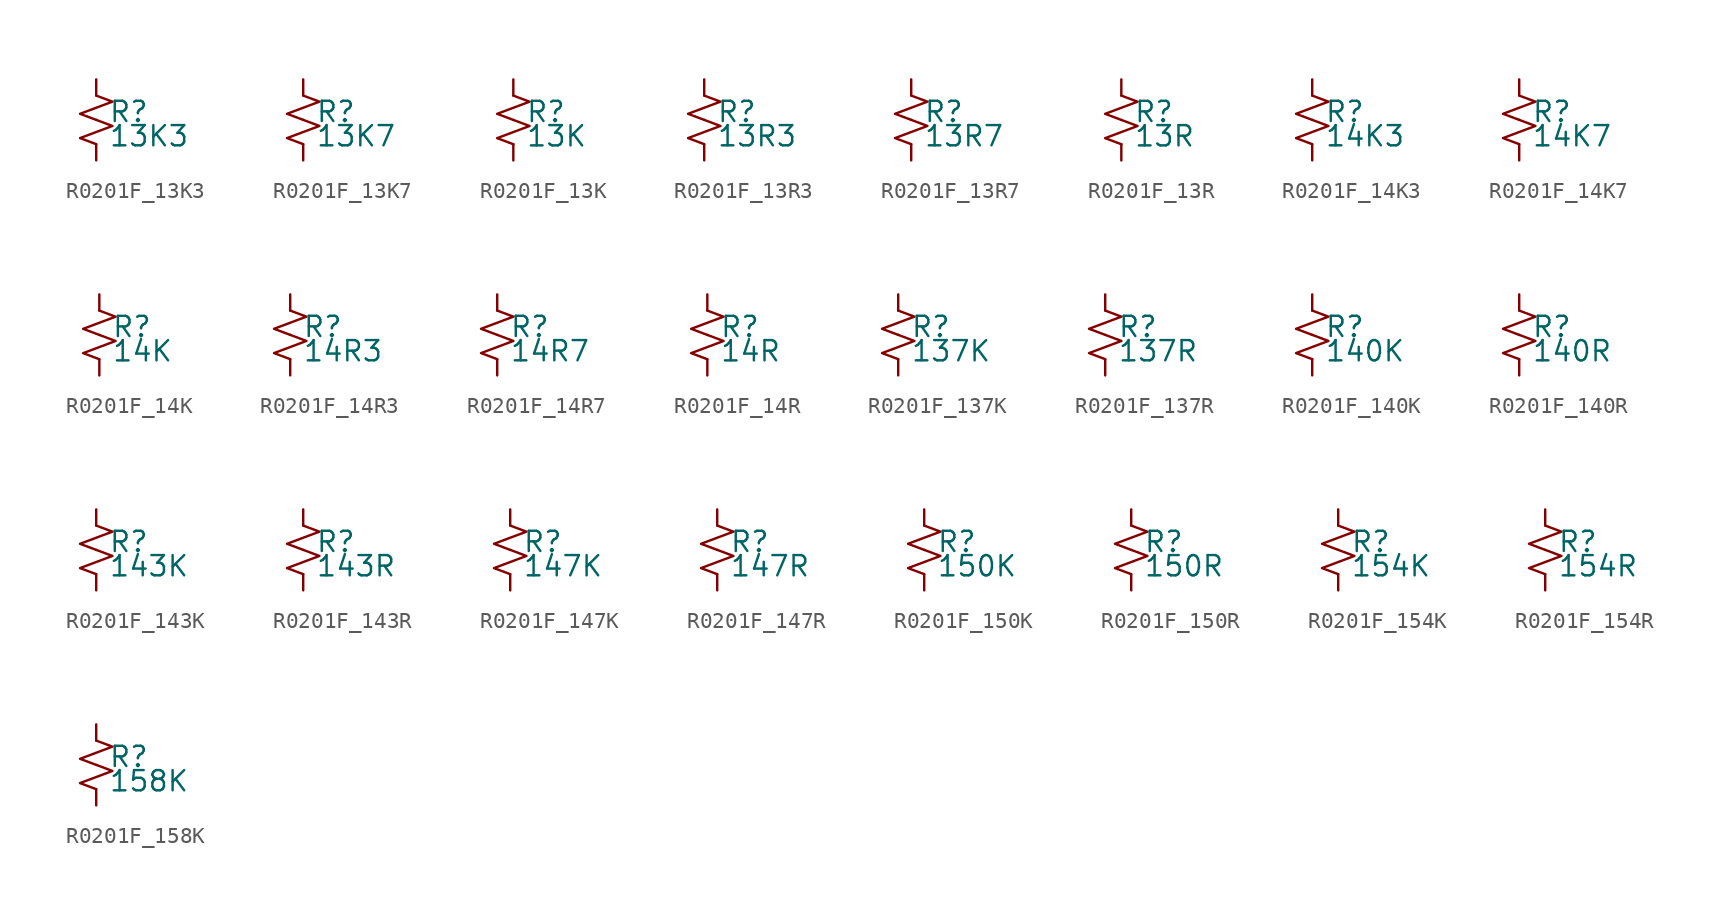
<source format=kicad_sym>
(kicad_symbol_lib
  (version 20220914)
  (generator kicad_symbol_editor)
  (symbol "R0201F_13K3"
    (pin_numbers hide)
    (pin_names
      (offset 0.254) hide)
    (property "Reference" "R"
      (at 0.762 0.508 0)
      (effects (font (size 1.27 1.27)) (justify left)))
    (property "Value" "13K3"
      (at 0.762 -1.016 0)
      (effects (font (size 1.27 1.27)) (justify left)))
    (symbol "R0201F_13K3_1_1"
      (polyline (pts (xy 0 0) (xy 1.016 -0.381) (xy 0 -0.762) (xy -1.016 -1.143) (xy 0 -1.524)) (stroke (width 0) (type default)) (fill (type none)))
      (polyline (pts (xy 0 1.524) (xy 1.016 1.143) (xy 0 0.762) (xy -1.016 0.381) (xy 0 0)) (stroke (width 0) (type default)) (fill (type none)))
      (pin passive line (at 0 2.54 270) (length 1.016) (name "~" (effects (font (size 1.27 1.27)))) (number "1" (effects (font (size 1.27 1.27)))))
      (pin passive line (at 0 -2.54 90) (length 1.016) (name "~" (effects (font (size 1.27 1.27)))) (number "2" (effects (font (size 1.27 1.27)))))))
  (symbol "R0201F_13K7"
    (pin_numbers hide)
    (pin_names
      (offset 0.254) hide)
    (property "Reference" "R"
      (at 0.762 0.508 0)
      (effects (font (size 1.27 1.27)) (justify left)))
    (property "Value" "13K7"
      (at 0.762 -1.016 0)
      (effects (font (size 1.27 1.27)) (justify left)))
    (symbol "R0201F_13K7_1_1"
      (polyline (pts (xy 0 0) (xy 1.016 -0.381) (xy 0 -0.762) (xy -1.016 -1.143) (xy 0 -1.524)) (stroke (width 0) (type default)) (fill (type none)))
      (polyline (pts (xy 0 1.524) (xy 1.016 1.143) (xy 0 0.762) (xy -1.016 0.381) (xy 0 0)) (stroke (width 0) (type default)) (fill (type none)))
      (pin passive line (at 0 2.54 270) (length 1.016) (name "~" (effects (font (size 1.27 1.27)))) (number "1" (effects (font (size 1.27 1.27)))))
      (pin passive line (at 0 -2.54 90) (length 1.016) (name "~" (effects (font (size 1.27 1.27)))) (number "2" (effects (font (size 1.27 1.27)))))))
  (symbol "R0201F_13K"
    (pin_numbers hide)
    (pin_names
      (offset 0.254) hide)
    (property "Reference" "R"
      (at 0.762 0.508 0)
      (effects (font (size 1.27 1.27)) (justify left)))
    (property "Value" "13K"
      (at 0.762 -1.016 0)
      (effects (font (size 1.27 1.27)) (justify left)))
    (symbol "R0201F_13K_1_1"
      (polyline (pts (xy 0 0) (xy 1.016 -0.381) (xy 0 -0.762) (xy -1.016 -1.143) (xy 0 -1.524)) (stroke (width 0) (type default)) (fill (type none)))
      (polyline (pts (xy 0 1.524) (xy 1.016 1.143) (xy 0 0.762) (xy -1.016 0.381) (xy 0 0)) (stroke (width 0) (type default)) (fill (type none)))
      (pin passive line (at 0 2.54 270) (length 1.016) (name "~" (effects (font (size 1.27 1.27)))) (number "1" (effects (font (size 1.27 1.27)))))
      (pin passive line (at 0 -2.54 90) (length 1.016) (name "~" (effects (font (size 1.27 1.27)))) (number "2" (effects (font (size 1.27 1.27)))))))
  (symbol "R0201F_13R3"
    (pin_numbers hide)
    (pin_names
      (offset 0.254) hide)
    (property "Reference" "R"
      (at 0.762 0.508 0)
      (effects (font (size 1.27 1.27)) (justify left)))
    (property "Value" "13R3"
      (at 0.762 -1.016 0)
      (effects (font (size 1.27 1.27)) (justify left)))
    (symbol "R0201F_13R3_1_1"
      (polyline (pts (xy 0 0) (xy 1.016 -0.381) (xy 0 -0.762) (xy -1.016 -1.143) (xy 0 -1.524)) (stroke (width 0) (type default)) (fill (type none)))
      (polyline (pts (xy 0 1.524) (xy 1.016 1.143) (xy 0 0.762) (xy -1.016 0.381) (xy 0 0)) (stroke (width 0) (type default)) (fill (type none)))
      (pin passive line (at 0 2.54 270) (length 1.016) (name "~" (effects (font (size 1.27 1.27)))) (number "1" (effects (font (size 1.27 1.27)))))
      (pin passive line (at 0 -2.54 90) (length 1.016) (name "~" (effects (font (size 1.27 1.27)))) (number "2" (effects (font (size 1.27 1.27)))))))
  (symbol "R0201F_13R7"
    (pin_numbers hide)
    (pin_names
      (offset 0.254) hide)
    (property "Reference" "R"
      (at 0.762 0.508 0)
      (effects (font (size 1.27 1.27)) (justify left)))
    (property "Value" "13R7"
      (at 0.762 -1.016 0)
      (effects (font (size 1.27 1.27)) (justify left)))
    (symbol "R0201F_13R7_1_1"
      (polyline (pts (xy 0 0) (xy 1.016 -0.381) (xy 0 -0.762) (xy -1.016 -1.143) (xy 0 -1.524)) (stroke (width 0) (type default)) (fill (type none)))
      (polyline (pts (xy 0 1.524) (xy 1.016 1.143) (xy 0 0.762) (xy -1.016 0.381) (xy 0 0)) (stroke (width 0) (type default)) (fill (type none)))
      (pin passive line (at 0 2.54 270) (length 1.016) (name "~" (effects (font (size 1.27 1.27)))) (number "1" (effects (font (size 1.27 1.27)))))
      (pin passive line (at 0 -2.54 90) (length 1.016) (name "~" (effects (font (size 1.27 1.27)))) (number "2" (effects (font (size 1.27 1.27)))))))
  (symbol "R0201F_13R"
    (pin_numbers hide)
    (pin_names
      (offset 0.254) hide)
    (property "Reference" "R"
      (at 0.762 0.508 0)
      (effects (font (size 1.27 1.27)) (justify left)))
    (property "Value" "13R"
      (at 0.762 -1.016 0)
      (effects (font (size 1.27 1.27)) (justify left)))
    (symbol "R0201F_13R_1_1"
      (polyline (pts (xy 0 0) (xy 1.016 -0.381) (xy 0 -0.762) (xy -1.016 -1.143) (xy 0 -1.524)) (stroke (width 0) (type default)) (fill (type none)))
      (polyline (pts (xy 0 1.524) (xy 1.016 1.143) (xy 0 0.762) (xy -1.016 0.381) (xy 0 0)) (stroke (width 0) (type default)) (fill (type none)))
      (pin passive line (at 0 2.54 270) (length 1.016) (name "~" (effects (font (size 1.27 1.27)))) (number "1" (effects (font (size 1.27 1.27)))))
      (pin passive line (at 0 -2.54 90) (length 1.016) (name "~" (effects (font (size 1.27 1.27)))) (number "2" (effects (font (size 1.27 1.27)))))))
  (symbol "R0201F_14K3"
    (pin_numbers hide)
    (pin_names
      (offset 0.254) hide)
    (property "Reference" "R"
      (at 0.762 0.508 0)
      (effects (font (size 1.27 1.27)) (justify left)))
    (property "Value" "14K3"
      (at 0.762 -1.016 0)
      (effects (font (size 1.27 1.27)) (justify left)))
    (symbol "R0201F_14K3_1_1"
      (polyline (pts (xy 0 0) (xy 1.016 -0.381) (xy 0 -0.762) (xy -1.016 -1.143) (xy 0 -1.524)) (stroke (width 0) (type default)) (fill (type none)))
      (polyline (pts (xy 0 1.524) (xy 1.016 1.143) (xy 0 0.762) (xy -1.016 0.381) (xy 0 0)) (stroke (width 0) (type default)) (fill (type none)))
      (pin passive line (at 0 2.54 270) (length 1.016) (name "~" (effects (font (size 1.27 1.27)))) (number "1" (effects (font (size 1.27 1.27)))))
      (pin passive line (at 0 -2.54 90) (length 1.016) (name "~" (effects (font (size 1.27 1.27)))) (number "2" (effects (font (size 1.27 1.27)))))))
  (symbol "R0201F_14K7"
    (pin_numbers hide)
    (pin_names
      (offset 0.254) hide)
    (property "Reference" "R"
      (at 0.762 0.508 0)
      (effects (font (size 1.27 1.27)) (justify left)))
    (property "Value" "14K7"
      (at 0.762 -1.016 0)
      (effects (font (size 1.27 1.27)) (justify left)))
    (symbol "R0201F_14K7_1_1"
      (polyline (pts (xy 0 0) (xy 1.016 -0.381) (xy 0 -0.762) (xy -1.016 -1.143) (xy 0 -1.524)) (stroke (width 0) (type default)) (fill (type none)))
      (polyline (pts (xy 0 1.524) (xy 1.016 1.143) (xy 0 0.762) (xy -1.016 0.381) (xy 0 0)) (stroke (width 0) (type default)) (fill (type none)))
      (pin passive line (at 0 2.54 270) (length 1.016) (name "~" (effects (font (size 1.27 1.27)))) (number "1" (effects (font (size 1.27 1.27)))))
      (pin passive line (at 0 -2.54 90) (length 1.016) (name "~" (effects (font (size 1.27 1.27)))) (number "2" (effects (font (size 1.27 1.27)))))))
  (symbol "R0201F_14K"
    (pin_numbers hide)
    (pin_names
      (offset 0.254) hide)
    (property "Reference" "R"
      (at 0.762 0.508 0)
      (effects (font (size 1.27 1.27)) (justify left)))
    (property "Value" "14K"
      (at 0.762 -1.016 0)
      (effects (font (size 1.27 1.27)) (justify left)))
    (symbol "R0201F_14K_1_1"
      (polyline (pts (xy 0 0) (xy 1.016 -0.381) (xy 0 -0.762) (xy -1.016 -1.143) (xy 0 -1.524)) (stroke (width 0) (type default)) (fill (type none)))
      (polyline (pts (xy 0 1.524) (xy 1.016 1.143) (xy 0 0.762) (xy -1.016 0.381) (xy 0 0)) (stroke (width 0) (type default)) (fill (type none)))
      (pin passive line (at 0 2.54 270) (length 1.016) (name "~" (effects (font (size 1.27 1.27)))) (number "1" (effects (font (size 1.27 1.27)))))
      (pin passive line (at 0 -2.54 90) (length 1.016) (name "~" (effects (font (size 1.27 1.27)))) (number "2" (effects (font (size 1.27 1.27)))))))
  (symbol "R0201F_14R3"
    (pin_numbers hide)
    (pin_names
      (offset 0.254) hide)
    (property "Reference" "R"
      (at 0.762 0.508 0)
      (effects (font (size 1.27 1.27)) (justify left)))
    (property "Value" "14R3"
      (at 0.762 -1.016 0)
      (effects (font (size 1.27 1.27)) (justify left)))
    (symbol "R0201F_14R3_1_1"
      (polyline (pts (xy 0 0) (xy 1.016 -0.381) (xy 0 -0.762) (xy -1.016 -1.143) (xy 0 -1.524)) (stroke (width 0) (type default)) (fill (type none)))
      (polyline (pts (xy 0 1.524) (xy 1.016 1.143) (xy 0 0.762) (xy -1.016 0.381) (xy 0 0)) (stroke (width 0) (type default)) (fill (type none)))
      (pin passive line (at 0 2.54 270) (length 1.016) (name "~" (effects (font (size 1.27 1.27)))) (number "1" (effects (font (size 1.27 1.27)))))
      (pin passive line (at 0 -2.54 90) (length 1.016) (name "~" (effects (font (size 1.27 1.27)))) (number "2" (effects (font (size 1.27 1.27)))))))
  (symbol "R0201F_14R7"
    (pin_numbers hide)
    (pin_names
      (offset 0.254) hide)
    (property "Reference" "R"
      (at 0.762 0.508 0)
      (effects (font (size 1.27 1.27)) (justify left)))
    (property "Value" "14R7"
      (at 0.762 -1.016 0)
      (effects (font (size 1.27 1.27)) (justify left)))
    (symbol "R0201F_14R7_1_1"
      (polyline (pts (xy 0 0) (xy 1.016 -0.381) (xy 0 -0.762) (xy -1.016 -1.143) (xy 0 -1.524)) (stroke (width 0) (type default)) (fill (type none)))
      (polyline (pts (xy 0 1.524) (xy 1.016 1.143) (xy 0 0.762) (xy -1.016 0.381) (xy 0 0)) (stroke (width 0) (type default)) (fill (type none)))
      (pin passive line (at 0 2.54 270) (length 1.016) (name "~" (effects (font (size 1.27 1.27)))) (number "1" (effects (font (size 1.27 1.27)))))
      (pin passive line (at 0 -2.54 90) (length 1.016) (name "~" (effects (font (size 1.27 1.27)))) (number "2" (effects (font (size 1.27 1.27)))))))
  (symbol "R0201F_14R"
    (pin_numbers hide)
    (pin_names
      (offset 0.254) hide)
    (property "Reference" "R"
      (at 0.762 0.508 0)
      (effects (font (size 1.27 1.27)) (justify left)))
    (property "Value" "14R"
      (at 0.762 -1.016 0)
      (effects (font (size 1.27 1.27)) (justify left)))
    (symbol "R0201F_14R_1_1"
      (polyline (pts (xy 0 0) (xy 1.016 -0.381) (xy 0 -0.762) (xy -1.016 -1.143) (xy 0 -1.524)) (stroke (width 0) (type default)) (fill (type none)))
      (polyline (pts (xy 0 1.524) (xy 1.016 1.143) (xy 0 0.762) (xy -1.016 0.381) (xy 0 0)) (stroke (width 0) (type default)) (fill (type none)))
      (pin passive line (at 0 2.54 270) (length 1.016) (name "~" (effects (font (size 1.27 1.27)))) (number "1" (effects (font (size 1.27 1.27)))))
      (pin passive line (at 0 -2.54 90) (length 1.016) (name "~" (effects (font (size 1.27 1.27)))) (number "2" (effects (font (size 1.27 1.27)))))))
  (symbol "R0201F_137K"
    (pin_numbers hide)
    (pin_names
      (offset 0.254) hide)
    (property "Reference" "R"
      (at 0.762 0.508 0)
      (effects (font (size 1.27 1.27)) (justify left)))
    (property "Value" "137K"
      (at 0.762 -1.016 0)
      (effects (font (size 1.27 1.27)) (justify left)))
    (symbol "R0201F_137K_1_1"
      (polyline (pts (xy 0 0) (xy 1.016 -0.381) (xy 0 -0.762) (xy -1.016 -1.143) (xy 0 -1.524)) (stroke (width 0) (type default)) (fill (type none)))
      (polyline (pts (xy 0 1.524) (xy 1.016 1.143) (xy 0 0.762) (xy -1.016 0.381) (xy 0 0)) (stroke (width 0) (type default)) (fill (type none)))
      (pin passive line (at 0 2.54 270) (length 1.016) (name "~" (effects (font (size 1.27 1.27)))) (number "1" (effects (font (size 1.27 1.27)))))
      (pin passive line (at 0 -2.54 90) (length 1.016) (name "~" (effects (font (size 1.27 1.27)))) (number "2" (effects (font (size 1.27 1.27)))))))
  (symbol "R0201F_137R"
    (pin_numbers hide)
    (pin_names
      (offset 0.254) hide)
    (property "Reference" "R"
      (at 0.762 0.508 0)
      (effects (font (size 1.27 1.27)) (justify left)))
    (property "Value" "137R"
      (at 0.762 -1.016 0)
      (effects (font (size 1.27 1.27)) (justify left)))
    (symbol "R0201F_137R_1_1"
      (polyline (pts (xy 0 0) (xy 1.016 -0.381) (xy 0 -0.762) (xy -1.016 -1.143) (xy 0 -1.524)) (stroke (width 0) (type default)) (fill (type none)))
      (polyline (pts (xy 0 1.524) (xy 1.016 1.143) (xy 0 0.762) (xy -1.016 0.381) (xy 0 0)) (stroke (width 0) (type default)) (fill (type none)))
      (pin passive line (at 0 2.54 270) (length 1.016) (name "~" (effects (font (size 1.27 1.27)))) (number "1" (effects (font (size 1.27 1.27)))))
      (pin passive line (at 0 -2.54 90) (length 1.016) (name "~" (effects (font (size 1.27 1.27)))) (number "2" (effects (font (size 1.27 1.27)))))))
  (symbol "R0201F_140K"
    (pin_numbers hide)
    (pin_names
      (offset 0.254) hide)
    (property "Reference" "R"
      (at 0.762 0.508 0)
      (effects (font (size 1.27 1.27)) (justify left)))
    (property "Value" "140K"
      (at 0.762 -1.016 0)
      (effects (font (size 1.27 1.27)) (justify left)))
    (symbol "R0201F_140K_1_1"
      (polyline (pts (xy 0 0) (xy 1.016 -0.381) (xy 0 -0.762) (xy -1.016 -1.143) (xy 0 -1.524)) (stroke (width 0) (type default)) (fill (type none)))
      (polyline (pts (xy 0 1.524) (xy 1.016 1.143) (xy 0 0.762) (xy -1.016 0.381) (xy 0 0)) (stroke (width 0) (type default)) (fill (type none)))
      (pin passive line (at 0 2.54 270) (length 1.016) (name "~" (effects (font (size 1.27 1.27)))) (number "1" (effects (font (size 1.27 1.27)))))
      (pin passive line (at 0 -2.54 90) (length 1.016) (name "~" (effects (font (size 1.27 1.27)))) (number "2" (effects (font (size 1.27 1.27)))))))
  (symbol "R0201F_140R"
    (pin_numbers hide)
    (pin_names
      (offset 0.254) hide)
    (property "Reference" "R"
      (at 0.762 0.508 0)
      (effects (font (size 1.27 1.27)) (justify left)))
    (property "Value" "140R"
      (at 0.762 -1.016 0)
      (effects (font (size 1.27 1.27)) (justify left)))
    (symbol "R0201F_140R_1_1"
      (polyline (pts (xy 0 0) (xy 1.016 -0.381) (xy 0 -0.762) (xy -1.016 -1.143) (xy 0 -1.524)) (stroke (width 0) (type default)) (fill (type none)))
      (polyline (pts (xy 0 1.524) (xy 1.016 1.143) (xy 0 0.762) (xy -1.016 0.381) (xy 0 0)) (stroke (width 0) (type default)) (fill (type none)))
      (pin passive line (at 0 2.54 270) (length 1.016) (name "~" (effects (font (size 1.27 1.27)))) (number "1" (effects (font (size 1.27 1.27)))))
      (pin passive line (at 0 -2.54 90) (length 1.016) (name "~" (effects (font (size 1.27 1.27)))) (number "2" (effects (font (size 1.27 1.27)))))))
  (symbol "R0201F_143K"
    (pin_numbers hide)
    (pin_names
      (offset 0.254) hide)
    (property "Reference" "R"
      (at 0.762 0.508 0)
      (effects (font (size 1.27 1.27)) (justify left)))
    (property "Value" "143K"
      (at 0.762 -1.016 0)
      (effects (font (size 1.27 1.27)) (justify left)))
    (symbol "R0201F_143K_1_1"
      (polyline (pts (xy 0 0) (xy 1.016 -0.381) (xy 0 -0.762) (xy -1.016 -1.143) (xy 0 -1.524)) (stroke (width 0) (type default)) (fill (type none)))
      (polyline (pts (xy 0 1.524) (xy 1.016 1.143) (xy 0 0.762) (xy -1.016 0.381) (xy 0 0)) (stroke (width 0) (type default)) (fill (type none)))
      (pin passive line (at 0 2.54 270) (length 1.016) (name "~" (effects (font (size 1.27 1.27)))) (number "1" (effects (font (size 1.27 1.27)))))
      (pin passive line (at 0 -2.54 90) (length 1.016) (name "~" (effects (font (size 1.27 1.27)))) (number "2" (effects (font (size 1.27 1.27)))))))
  (symbol "R0201F_143R"
    (pin_numbers hide)
    (pin_names
      (offset 0.254) hide)
    (property "Reference" "R"
      (at 0.762 0.508 0)
      (effects (font (size 1.27 1.27)) (justify left)))
    (property "Value" "143R"
      (at 0.762 -1.016 0)
      (effects (font (size 1.27 1.27)) (justify left)))
    (symbol "R0201F_143R_1_1"
      (polyline (pts (xy 0 0) (xy 1.016 -0.381) (xy 0 -0.762) (xy -1.016 -1.143) (xy 0 -1.524)) (stroke (width 0) (type default)) (fill (type none)))
      (polyline (pts (xy 0 1.524) (xy 1.016 1.143) (xy 0 0.762) (xy -1.016 0.381) (xy 0 0)) (stroke (width 0) (type default)) (fill (type none)))
      (pin passive line (at 0 2.54 270) (length 1.016) (name "~" (effects (font (size 1.27 1.27)))) (number "1" (effects (font (size 1.27 1.27)))))
      (pin passive line (at 0 -2.54 90) (length 1.016) (name "~" (effects (font (size 1.27 1.27)))) (number "2" (effects (font (size 1.27 1.27)))))))
  (symbol "R0201F_147K"
    (pin_numbers hide)
    (pin_names
      (offset 0.254) hide)
    (property "Reference" "R"
      (at 0.762 0.508 0)
      (effects (font (size 1.27 1.27)) (justify left)))
    (property "Value" "147K"
      (at 0.762 -1.016 0)
      (effects (font (size 1.27 1.27)) (justify left)))
    (symbol "R0201F_147K_1_1"
      (polyline (pts (xy 0 0) (xy 1.016 -0.381) (xy 0 -0.762) (xy -1.016 -1.143) (xy 0 -1.524)) (stroke (width 0) (type default)) (fill (type none)))
      (polyline (pts (xy 0 1.524) (xy 1.016 1.143) (xy 0 0.762) (xy -1.016 0.381) (xy 0 0)) (stroke (width 0) (type default)) (fill (type none)))
      (pin passive line (at 0 2.54 270) (length 1.016) (name "~" (effects (font (size 1.27 1.27)))) (number "1" (effects (font (size 1.27 1.27)))))
      (pin passive line (at 0 -2.54 90) (length 1.016) (name "~" (effects (font (size 1.27 1.27)))) (number "2" (effects (font (size 1.27 1.27)))))))
  (symbol "R0201F_147R"
    (pin_numbers hide)
    (pin_names
      (offset 0.254) hide)
    (property "Reference" "R"
      (at 0.762 0.508 0)
      (effects (font (size 1.27 1.27)) (justify left)))
    (property "Value" "147R"
      (at 0.762 -1.016 0)
      (effects (font (size 1.27 1.27)) (justify left)))
    (symbol "R0201F_147R_1_1"
      (polyline (pts (xy 0 0) (xy 1.016 -0.381) (xy 0 -0.762) (xy -1.016 -1.143) (xy 0 -1.524)) (stroke (width 0) (type default)) (fill (type none)))
      (polyline (pts (xy 0 1.524) (xy 1.016 1.143) (xy 0 0.762) (xy -1.016 0.381) (xy 0 0)) (stroke (width 0) (type default)) (fill (type none)))
      (pin passive line (at 0 2.54 270) (length 1.016) (name "~" (effects (font (size 1.27 1.27)))) (number "1" (effects (font (size 1.27 1.27)))))
      (pin passive line (at 0 -2.54 90) (length 1.016) (name "~" (effects (font (size 1.27 1.27)))) (number "2" (effects (font (size 1.27 1.27)))))))
  (symbol "R0201F_150K"
    (pin_numbers hide)
    (pin_names
      (offset 0.254) hide)
    (property "Reference" "R"
      (at 0.762 0.508 0)
      (effects (font (size 1.27 1.27)) (justify left)))
    (property "Value" "150K"
      (at 0.762 -1.016 0)
      (effects (font (size 1.27 1.27)) (justify left)))
    (symbol "R0201F_150K_1_1"
      (polyline (pts (xy 0 0) (xy 1.016 -0.381) (xy 0 -0.762) (xy -1.016 -1.143) (xy 0 -1.524)) (stroke (width 0) (type default)) (fill (type none)))
      (polyline (pts (xy 0 1.524) (xy 1.016 1.143) (xy 0 0.762) (xy -1.016 0.381) (xy 0 0)) (stroke (width 0) (type default)) (fill (type none)))
      (pin passive line (at 0 2.54 270) (length 1.016) (name "~" (effects (font (size 1.27 1.27)))) (number "1" (effects (font (size 1.27 1.27)))))
      (pin passive line (at 0 -2.54 90) (length 1.016) (name "~" (effects (font (size 1.27 1.27)))) (number "2" (effects (font (size 1.27 1.27)))))))
  (symbol "R0201F_150R"
    (pin_numbers hide)
    (pin_names
      (offset 0.254) hide)
    (property "Reference" "R"
      (at 0.762 0.508 0)
      (effects (font (size 1.27 1.27)) (justify left)))
    (property "Value" "150R"
      (at 0.762 -1.016 0)
      (effects (font (size 1.27 1.27)) (justify left)))
    (symbol "R0201F_150R_1_1"
      (polyline (pts (xy 0 0) (xy 1.016 -0.381) (xy 0 -0.762) (xy -1.016 -1.143) (xy 0 -1.524)) (stroke (width 0) (type default)) (fill (type none)))
      (polyline (pts (xy 0 1.524) (xy 1.016 1.143) (xy 0 0.762) (xy -1.016 0.381) (xy 0 0)) (stroke (width 0) (type default)) (fill (type none)))
      (pin passive line (at 0 2.54 270) (length 1.016) (name "~" (effects (font (size 1.27 1.27)))) (number "1" (effects (font (size 1.27 1.27)))))
      (pin passive line (at 0 -2.54 90) (length 1.016) (name "~" (effects (font (size 1.27 1.27)))) (number "2" (effects (font (size 1.27 1.27)))))))
  (symbol "R0201F_154K"
    (pin_numbers hide)
    (pin_names
      (offset 0.254) hide)
    (property "Reference" "R"
      (at 0.762 0.508 0)
      (effects (font (size 1.27 1.27)) (justify left)))
    (property "Value" "154K"
      (at 0.762 -1.016 0)
      (effects (font (size 1.27 1.27)) (justify left)))
    (symbol "R0201F_154K_1_1"
      (polyline (pts (xy 0 0) (xy 1.016 -0.381) (xy 0 -0.762) (xy -1.016 -1.143) (xy 0 -1.524)) (stroke (width 0) (type default)) (fill (type none)))
      (polyline (pts (xy 0 1.524) (xy 1.016 1.143) (xy 0 0.762) (xy -1.016 0.381) (xy 0 0)) (stroke (width 0) (type default)) (fill (type none)))
      (pin passive line (at 0 2.54 270) (length 1.016) (name "~" (effects (font (size 1.27 1.27)))) (number "1" (effects (font (size 1.27 1.27)))))
      (pin passive line (at 0 -2.54 90) (length 1.016) (name "~" (effects (font (size 1.27 1.27)))) (number "2" (effects (font (size 1.27 1.27)))))))
  (symbol "R0201F_154R"
    (pin_numbers hide)
    (pin_names
      (offset 0.254) hide)
    (property "Reference" "R"
      (at 0.762 0.508 0)
      (effects (font (size 1.27 1.27)) (justify left)))
    (property "Value" "154R"
      (at 0.762 -1.016 0)
      (effects (font (size 1.27 1.27)) (justify left)))
    (symbol "R0201F_154R_1_1"
      (polyline (pts (xy 0 0) (xy 1.016 -0.381) (xy 0 -0.762) (xy -1.016 -1.143) (xy 0 -1.524)) (stroke (width 0) (type default)) (fill (type none)))
      (polyline (pts (xy 0 1.524) (xy 1.016 1.143) (xy 0 0.762) (xy -1.016 0.381) (xy 0 0)) (stroke (width 0) (type default)) (fill (type none)))
      (pin passive line (at 0 2.54 270) (length 1.016) (name "~" (effects (font (size 1.27 1.27)))) (number "1" (effects (font (size 1.27 1.27)))))
      (pin passive line (at 0 -2.54 90) (length 1.016) (name "~" (effects (font (size 1.27 1.27)))) (number "2" (effects (font (size 1.27 1.27)))))))
  (symbol "R0201F_158K"
    (pin_numbers hide)
    (pin_names
      (offset 0.254) hide)
    (property "Reference" "R"
      (at 0.762 0.508 0)
      (effects (font (size 1.27 1.27)) (justify left)))
    (property "Value" "158K"
      (at 0.762 -1.016 0)
      (effects (font (size 1.27 1.27)) (justify left)))
    (symbol "R0201F_158K_1_1"
      (polyline (pts (xy 0 0) (xy 1.016 -0.381) (xy 0 -0.762) (xy -1.016 -1.143) (xy 0 -1.524)) (stroke (width 0) (type default)) (fill (type none)))
      (polyline (pts (xy 0 1.524) (xy 1.016 1.143) (xy 0 0.762) (xy -1.016 0.381) (xy 0 0)) (stroke (width 0) (type default)) (fill (type none)))
      (pin passive line (at 0 2.54 270) (length 1.016) (name "~" (effects (font (size 1.27 1.27)))) (number "1" (effects (font (size 1.27 1.27)))))
      (pin passive line (at 0 -2.54 90) (length 1.016) (name "~" (effects (font (size 1.27 1.27)))) (number "2" (effects (font (size 1.27 1.27))))))))
</source>
